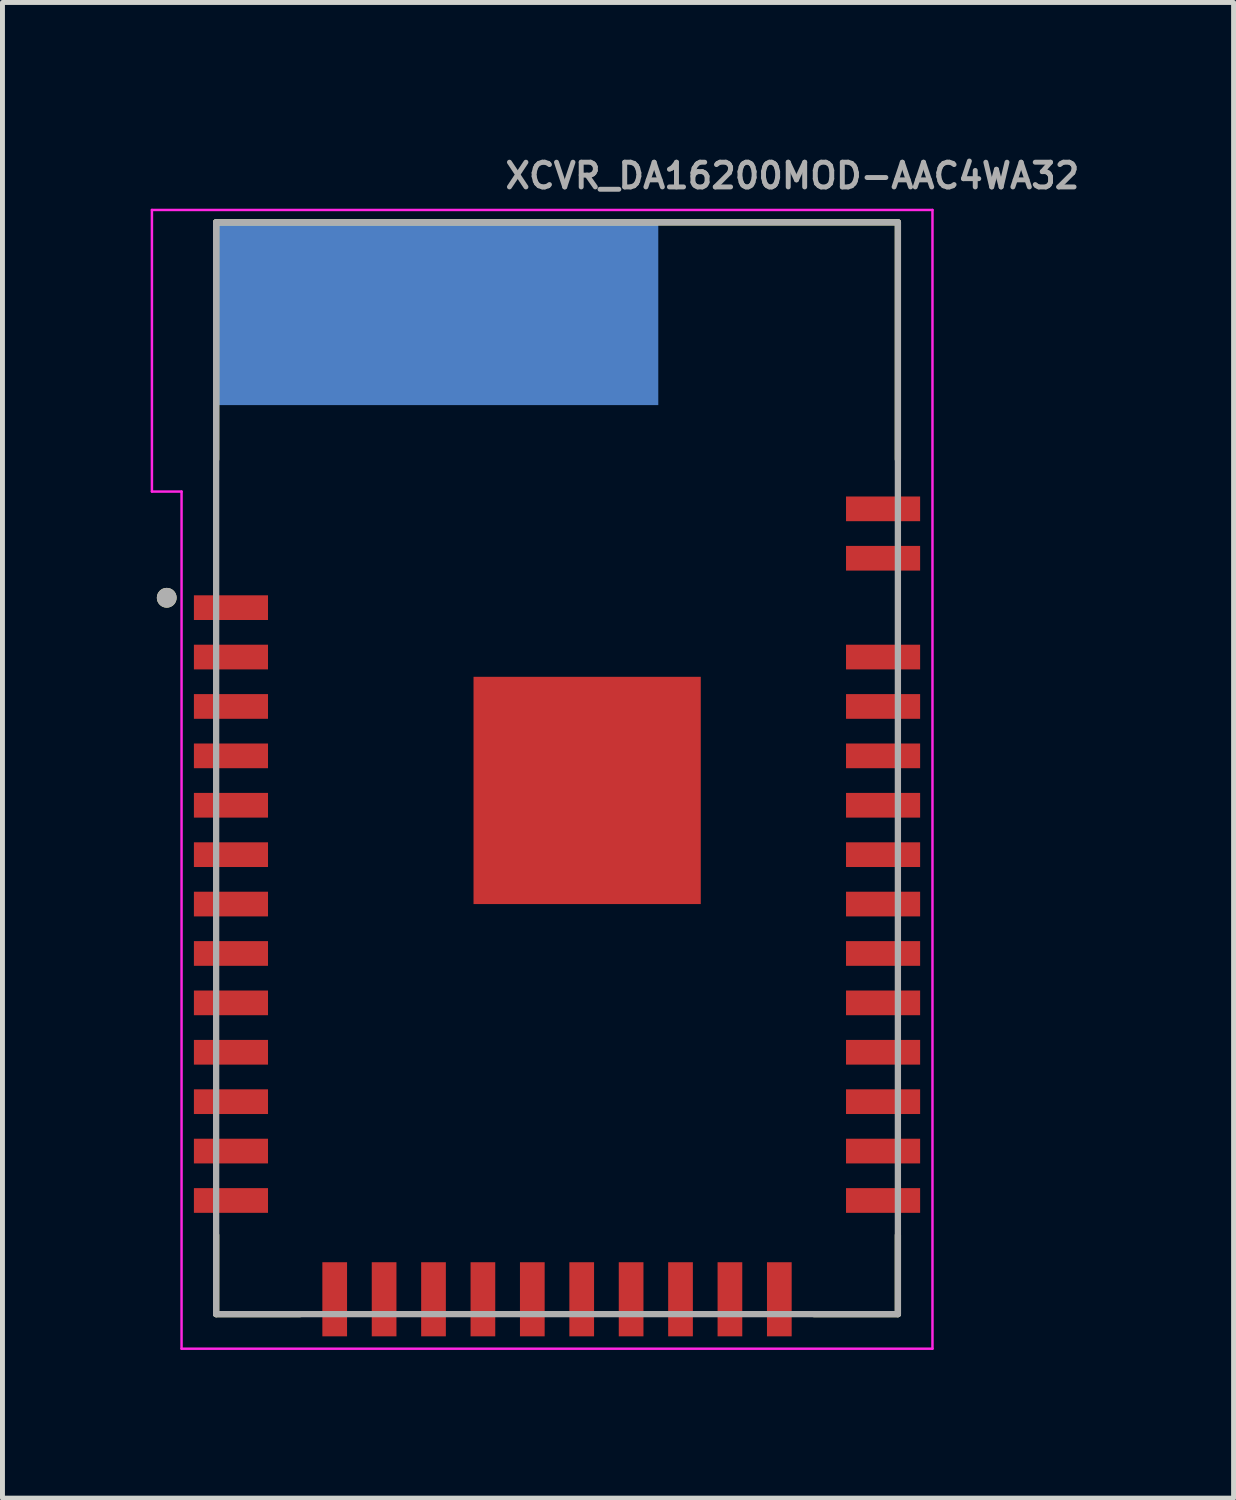
<source format=kicad_pcb>
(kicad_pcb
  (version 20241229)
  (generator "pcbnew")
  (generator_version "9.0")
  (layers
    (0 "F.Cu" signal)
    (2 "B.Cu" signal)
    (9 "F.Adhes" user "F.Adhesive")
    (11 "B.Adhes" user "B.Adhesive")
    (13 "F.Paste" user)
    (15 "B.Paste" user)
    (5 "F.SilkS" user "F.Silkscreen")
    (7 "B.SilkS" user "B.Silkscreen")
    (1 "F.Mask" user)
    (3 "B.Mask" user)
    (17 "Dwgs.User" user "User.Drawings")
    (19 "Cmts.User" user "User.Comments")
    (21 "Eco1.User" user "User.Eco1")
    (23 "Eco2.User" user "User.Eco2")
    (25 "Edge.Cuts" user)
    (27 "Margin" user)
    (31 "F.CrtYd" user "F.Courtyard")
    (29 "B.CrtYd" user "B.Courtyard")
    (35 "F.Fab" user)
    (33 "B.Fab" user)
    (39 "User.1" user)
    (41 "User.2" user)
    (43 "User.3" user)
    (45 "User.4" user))
  (footprint "XCVR_DA16200MOD-AAC4WA32"
    (layer "F.Cu")
    (at 8.225 12.5)
    (property "Reference" "XCVR_DA16200MOD-AAC4WA32" (at -1.1 -11.7 0) (unlocked yes) (layer "F.Fab") (effects (font (size 0.5 0.5) (thickness 0.1) (bold yes)) (justify left bottom)))
    (fp_line (start -6.9 -6.25) (end -6.9 -11.05) (stroke (width 0.127) (type solid)) (layer "F.SilkS"))
    (fp_line (start -6.9 9.45) (end -6.9 11.05) (stroke (width 0.127) (type solid)) (layer "F.SilkS"))
    (fp_line (start -6.9 11.05) (end -5.2 11.05) (stroke (width 0.127) (type solid)) (layer "F.SilkS"))
    (fp_line (start 6.9 -11.05) (end -6.9 -11.05) (stroke (width 0.127) (type solid)) (layer "F.SilkS"))
    (fp_line (start 6.9 -6.25) (end 6.9 -11.05) (stroke (width 0.127) (type solid)) (layer "F.SilkS"))
    (fp_line (start 6.9 9.45) (end 6.9 11.05) (stroke (width 0.127) (type solid)) (layer "F.SilkS"))
    (fp_line (start 6.9 11.05) (end 5.2 11.05) (stroke (width 0.127) (type solid)) (layer "F.SilkS"))
    (fp_circle (center -7.9 -3.45) (end -7.8 -3.45) (stroke (width 0.2) (type solid)) (fill no) (layer "F.SilkS"))
    (fp_poly (pts (xy -0.845 1.905) (xy 2.065 1.905) (xy 2.065 -1.005) (xy -0.845 -1.005)) (stroke (width 0) (type default)) (fill yes) (layer "F.Paste"))
    (fp_line (start -8.2 -11.3) (end -8.2 -5.6) (stroke (width 0.05) (type solid)) (layer "F.CrtYd"))
    (fp_line (start -8.2 -5.6) (end -7.6 -5.6) (stroke (width 0.05) (type solid)) (layer "F.CrtYd"))
    (fp_line (start -7.6 11.75) (end -7.6 -5.6) (stroke (width 0.05) (type solid)) (layer "F.CrtYd"))
    (fp_line (start -7.6 11.75) (end 7.6 11.75) (stroke (width 0.05) (type solid)) (layer "F.CrtYd"))
    (fp_line (start 7.6 -11.3) (end -8.2 -11.3) (stroke (width 0.05) (type solid)) (layer "F.CrtYd"))
    (fp_line (start 7.6 11.75) (end 7.6 -11.3) (stroke (width 0.05) (type solid)) (layer "F.CrtYd"))
    (fp_line (start -6.9 -11.05) (end -6.9 11.05) (stroke (width 0.127) (type solid)) (layer "F.Fab"))
    (fp_line (start -6.9 11.05) (end 6.9 11.05) (stroke (width 0.127) (type solid)) (layer "F.Fab"))
    (fp_line (start 6.9 -11.05) (end -6.9 -11.05) (stroke (width 0.127) (type solid)) (layer "F.Fab"))
    (fp_line (start 6.9 11.05) (end 6.9 -11.05) (stroke (width 0.127) (type solid)) (layer "F.Fab"))
    (fp_circle (center -7.9 -3.45) (end -7.8 -3.45) (stroke (width 0.2) (type solid)) (fill no) (layer "F.Fab"))
    (pad "1" smd rect (at -6.6 -3.25) (size 1.5 0.5) (layers "F.Cu" "F.Mask" "F.Paste"))
    (pad "2" smd rect (at -6.6 -2.25) (size 1.5 0.5) (layers "F.Cu" "F.Mask" "F.Paste"))
    (pad "3" smd rect (at -6.6 -1.25) (size 1.5 0.5) (layers "F.Cu" "F.Mask" "F.Paste"))
    (pad "4" smd rect (at -6.6 -0.25) (size 1.5 0.5) (layers "F.Cu" "F.Mask" "F.Paste"))
    (pad "5" smd rect (at -6.6 0.75) (size 1.5 0.5) (layers "F.Cu" "F.Mask" "F.Paste"))
    (pad "6" smd rect (at -6.6 1.75) (size 1.5 0.5) (layers "F.Cu" "F.Mask" "F.Paste"))
    (pad "7" smd rect (at -6.6 2.75) (size 1.5 0.5) (layers "F.Cu" "F.Mask" "F.Paste"))
    (pad "8" smd rect (at -6.6 3.75) (size 1.5 0.5) (layers "F.Cu" "F.Mask" "F.Paste"))
    (pad "9" smd rect (at -6.6 4.75) (size 1.5 0.5) (layers "F.Cu" "F.Mask" "F.Paste"))
    (pad "10" smd rect (at -6.6 5.75) (size 1.5 0.5) (layers "F.Cu" "F.Mask" "F.Paste"))
    (pad "11" smd rect (at -6.6 6.75) (size 1.5 0.5) (layers "F.Cu" "F.Mask" "F.Paste"))
    (pad "12" smd rect (at -6.6 7.75) (size 1.5 0.5) (layers "F.Cu" "F.Mask" "F.Paste"))
    (pad "13" smd rect (at -6.6 8.75) (size 1.5 0.5) (layers "F.Cu" "F.Mask" "F.Paste"))
    (pad "14" smd rect (at -4.5 10.75 90) (size 1.5 0.5) (layers "F.Cu" "F.Mask" "F.Paste"))
    (pad "15" smd rect (at -3.5 10.75 90) (size 1.5 0.5) (layers "F.Cu" "F.Mask" "F.Paste"))
    (pad "16" smd rect (at -2.5 10.75 90) (size 1.5 0.5) (layers "F.Cu" "F.Mask" "F.Paste"))
    (pad "17" smd rect (at -1.5 10.75 90) (size 1.5 0.5) (layers "F.Cu" "F.Mask" "F.Paste"))
    (pad "18" smd rect (at -0.5 10.75 90) (size 1.5 0.5) (layers "F.Cu" "F.Mask" "F.Paste"))
    (pad "19" smd rect (at 0.5 10.75 90) (size 1.5 0.5) (layers "F.Cu" "F.Mask" "F.Paste"))
    (pad "20" smd rect (at 1.5 10.75 90) (size 1.5 0.5) (layers "F.Cu" "F.Mask" "F.Paste"))
    (pad "21" smd rect (at 2.5 10.75 90) (size 1.5 0.5) (layers "F.Cu" "F.Mask" "F.Paste"))
    (pad "22" smd rect (at 3.5 10.75 90) (size 1.5 0.5) (layers "F.Cu" "F.Mask" "F.Paste"))
    (pad "23" smd rect (at 4.5 10.75 90) (size 1.5 0.5) (layers "F.Cu" "F.Mask" "F.Paste"))
    (pad "24" smd rect (at 6.6 8.75) (size 1.5 0.5) (layers "F.Cu" "F.Mask" "F.Paste"))
    (pad "25" smd rect (at 6.6 7.75) (size 1.5 0.5) (layers "F.Cu" "F.Mask" "F.Paste"))
    (pad "26" smd rect (at 6.6 6.75) (size 1.5 0.5) (layers "F.Cu" "F.Mask" "F.Paste"))
    (pad "27" smd rect (at 6.6 5.75) (size 1.5 0.5) (layers "F.Cu" "F.Mask" "F.Paste"))
    (pad "28" smd rect (at 6.6 4.75) (size 1.5 0.5) (layers "F.Cu" "F.Mask" "F.Paste"))
    (pad "29" smd rect (at 6.6 3.75) (size 1.5 0.5) (layers "F.Cu" "F.Mask" "F.Paste"))
    (pad "30" smd rect (at 6.6 2.75) (size 1.5 0.5) (layers "F.Cu" "F.Mask" "F.Paste"))
    (pad "31" smd rect (at 6.6 1.75) (size 1.5 0.5) (layers "F.Cu" "F.Mask" "F.Paste"))
    (pad "32" smd rect (at 6.6 0.75) (size 1.5 0.5) (layers "F.Cu" "F.Mask" "F.Paste"))
    (pad "33" smd rect (at 6.6 -0.25) (size 1.5 0.5) (layers "F.Cu" "F.Mask" "F.Paste"))
    (pad "34" smd rect (at 6.6 -1.25) (size 1.5 0.5) (layers "F.Cu" "F.Mask" "F.Paste"))
    (pad "35" smd rect (at 6.6 -2.25) (size 1.5 0.5) (layers "F.Cu" "F.Mask" "F.Paste"))
    (pad "36" smd rect (at 6.6 -4.25) (size 1.5 0.5) (layers "F.Cu" "F.Mask" "F.Paste"))
    (pad "37" smd rect (at 6.6 -5.25) (size 1.5 0.5) (layers "F.Cu" "F.Mask" "F.Paste"))
    (pad "ANT_GND" smd rect (at -2.45 -9.2) (size 9 3.7) (layers "B.Cu"))
    (pad "GND" smd rect (at 0.61 0.45) (size 4.6 4.6) (layers "F.Cu" "F.Mask"))
    (zone (net_name "") (layer "F.Cu") (hatch edge 0.5) (connect_pads) (min_thickness 0.25) (filled_areas_thickness no) (keepout (tracks not_allowed) (vias not_allowed) (pads not_allowed) (copperpour not_allowed) (footprints allowed)) (placement (enabled no)) (fill) (polygon (pts (xy 0.275 6.65) (xy 10.275 6.65) (xy 10.275 1.45) (xy 0.275 1.45))))
    (zone (net_name "") (layers "F.Cu" "B.Cu") (hatch edge 0.5) (connect_pads) (min_thickness 0.25) (filled_areas_thickness no) (keepout (tracks not_allowed) (vias not_allowed) (pads not_allowed) (copperpour not_allowed) (footprints allowed)) (placement (enabled no)) (fill) (polygon (pts (xy 0.275 6.65) (xy 10.275 6.65) (xy 10.275 1.45) (xy 0.275 1.45))))
    (zone (net_name "") (layer "B.Cu") (hatch edge 0.5) (connect_pads) (min_thickness 0.25) (filled_areas_thickness no) (keepout (tracks not_allowed) (vias not_allowed) (pads not_allowed) (copperpour not_allowed) (footprints allowed)) (placement (enabled no)) (fill) (polygon (pts (xy 10.275 6.65) (xy 0.275 6.65) (xy 0.275 1.45) (xy 1.275 1.45) (xy 1.275 5.15) (xy 10.275 5.15)))))
  (gr_rect
    (start -3 -3)
    (end 21.92 27.275)
    (stroke (width 0.1) (type default))
    (fill no)
    (layer "Edge.Cuts")))
</source>
